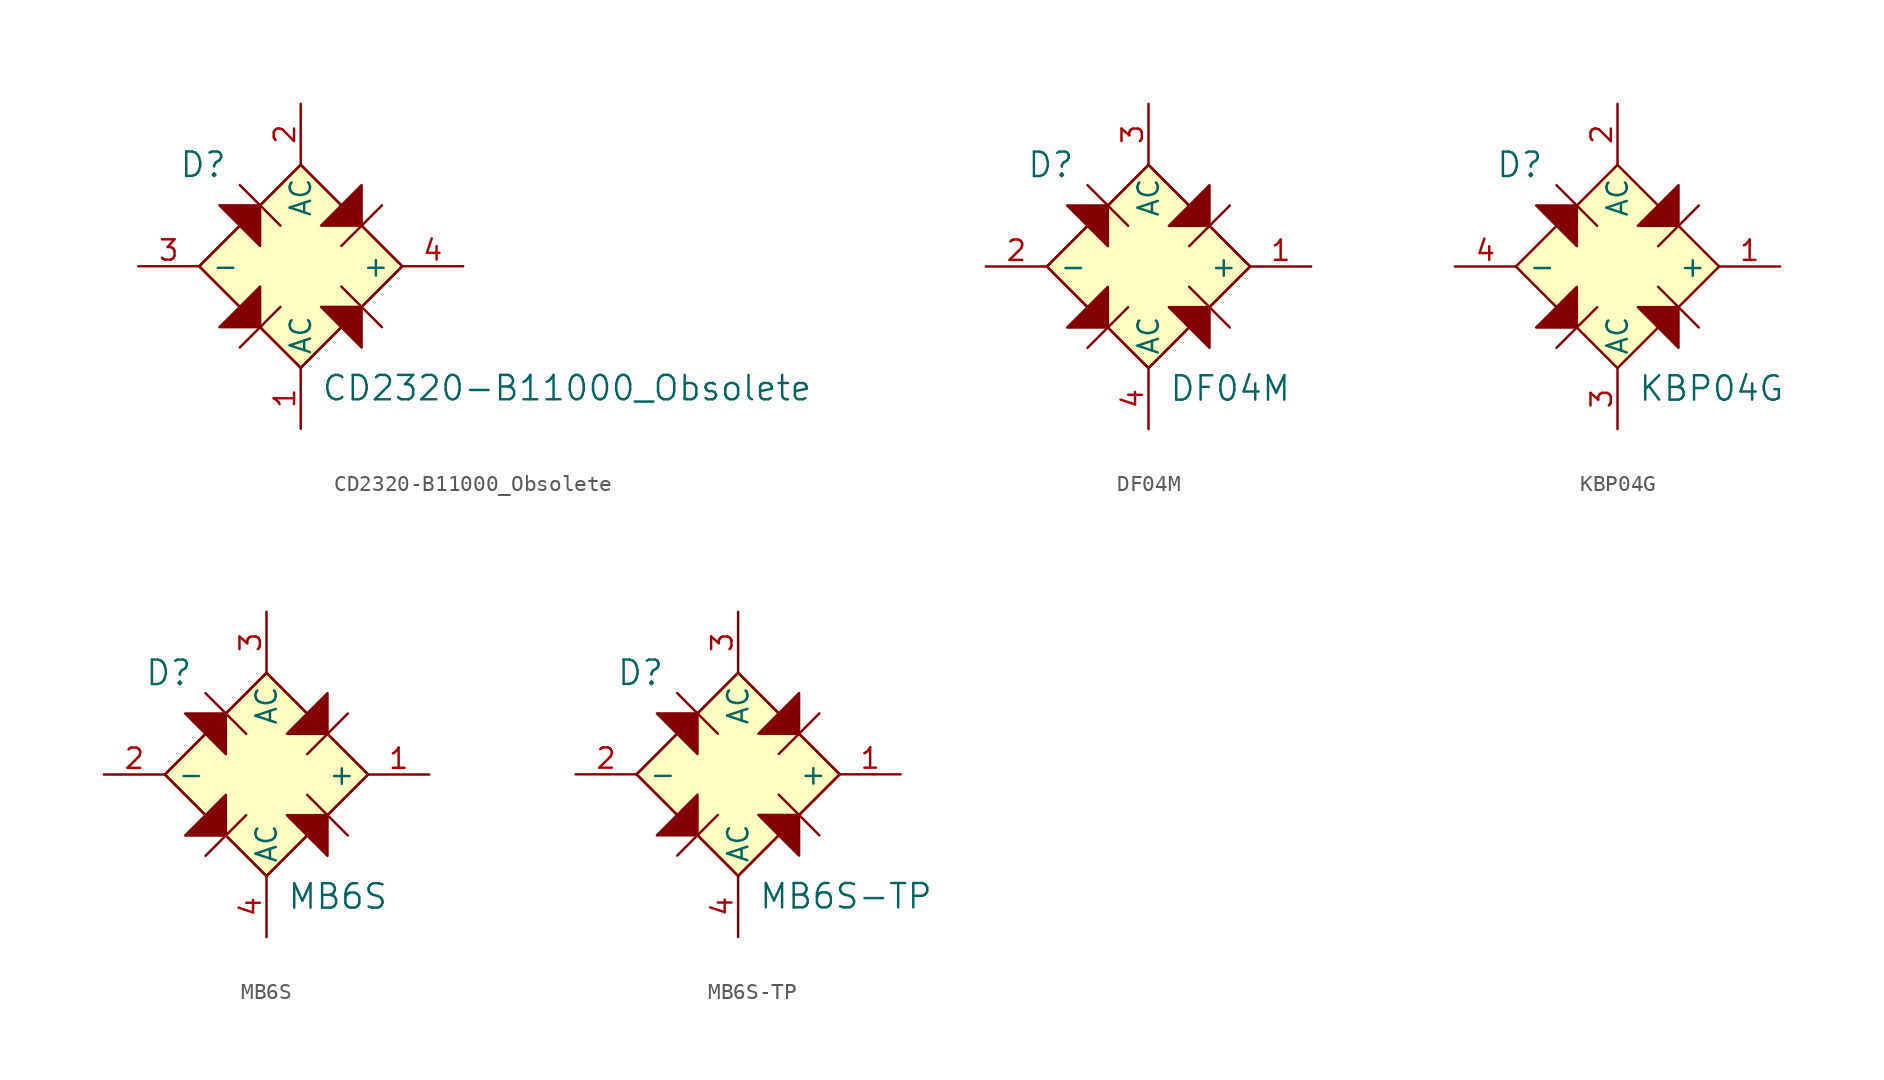
<source format=kicad_sym>
(kicad_symbol_lib
  (version 20220914)
  (generator kicad_symbol_editor)
  (symbol "CD2320-B11000_Obsolete"
    (pin_names
      (offset 0.762))
    (property "Reference" "D"
      (at -7.62 6.35 0)
      (effects (font (size 1.524 1.524)) (justify left)))
    (property "Value" "CD2320-B11000_Obsolete"
      (at 1.27 -7.62 0)
      (effects (font (size 1.524 1.524)) (justify left)))
    (symbol "CD2320-B11000_Obsolete_0_1"
      (polyline (pts (xy -3.81 5.08) (xy -1.27 2.54)) (stroke (width 0) (type solid)) (fill (type none)))
      (polyline (pts (xy -1.27 -2.54) (xy -3.81 -5.08)) (stroke (width 0) (type solid)) (fill (type none)))
      (polyline (pts (xy 2.54 -1.27) (xy 5.08 -3.81)) (stroke (width 0) (type solid)) (fill (type none)))
      (polyline (pts (xy 5.08 3.81) (xy 2.54 1.27)) (stroke (width 0) (type solid)) (fill (type none)))
      (polyline (pts (xy -3.81 2.54) (xy -6.35 0) (xy -3.81 -2.54)) (stroke (width 0) (type solid)) (fill (type none)))
      (polyline (pts (xy -2.54 3.81) (xy 0 6.35) (xy 2.54 3.81)) (stroke (width 0) (type solid)) (fill (type none)))
      (polyline (pts (xy 2.54 -3.81) (xy 0 -6.35) (xy -2.54 -3.81)) (stroke (width 0) (type solid)) (fill (type none)))
      (polyline (pts (xy 3.81 2.54) (xy 6.35 0) (xy 3.81 -2.54)) (stroke (width 0) (type solid)) (fill (type none)))
      (polyline (pts (xy -2.54 1.27) (xy -2.54 3.81) (xy -5.08 3.81) (xy -2.54 1.27)) (stroke (width 0) (type solid)) (fill (type outline)))
      (polyline (pts (xy 1.27 -2.54) (xy 3.81 -2.54) (xy 3.81 -5.08) (xy 1.27 -2.54)) (stroke (width 0) (type solid)) (fill (type outline)))
      (polyline (pts (xy 1.27 2.54) (xy 3.81 2.54) (xy 3.81 5.08) (xy 1.27 2.54)) (stroke (width 0) (type solid)) (fill (type outline)))
      (polyline (pts (xy -2.54 -3.81) (xy -2.54 -1.27) (xy -3.81 -2.54) (xy -5.08 -3.81) (xy -2.54 -3.81)) (stroke (width 0) (type solid)) (fill (type outline)))
      (polyline (pts (xy 6.35 0) (xy 0 -6.35) (xy -6.35 0) (xy 0 6.35) (xy 6.35 0)) (stroke (width 0) (type solid)) (fill (type background))))
    (symbol "CD2320-B11000_Obsolete_1_1"
      (pin power_in line (at 0 -10.16 90) (length 3.81) (name "AC" (effects (font (size 1.27 1.27)))) (number "1" (effects (font (size 1.27 1.27)))))
      (pin power_in line (at 0 10.16 270) (length 3.81) (name "AC" (effects (font (size 1.27 1.27)))) (number "2" (effects (font (size 1.27 1.27)))))
      (pin power_out line (at -10.16 0 0) (length 3.81) (name "-" (effects (font (size 1.27 1.27)))) (number "3" (effects (font (size 1.27 1.27)))))
      (pin power_out line (at 10.16 0 180) (length 3.81) (name "+" (effects (font (size 1.27 1.27)))) (number "4" (effects (font (size 1.27 1.27)))))))
  (symbol "DF04M"
    (pin_names
      (offset 0.762))
    (property "Reference" "D"
      (at -7.62 6.35 0)
      (effects (font (size 1.524 1.524)) (justify left)))
    (property "Value" "DF04M"
      (at 1.27 -7.62 0)
      (effects (font (size 1.524 1.524)) (justify left)))
    (symbol "DF04M_0_1"
      (polyline (pts (xy -3.81 5.08) (xy -1.27 2.54)) (stroke (width 0) (type solid)) (fill (type none)))
      (polyline (pts (xy -1.27 -2.54) (xy -3.81 -5.08)) (stroke (width 0) (type solid)) (fill (type none)))
      (polyline (pts (xy 2.54 -1.27) (xy 5.08 -3.81)) (stroke (width 0) (type solid)) (fill (type none)))
      (polyline (pts (xy 5.08 3.81) (xy 2.54 1.27)) (stroke (width 0) (type solid)) (fill (type none)))
      (polyline (pts (xy -3.81 2.54) (xy -6.35 0) (xy -3.81 -2.54)) (stroke (width 0) (type solid)) (fill (type none)))
      (polyline (pts (xy -2.54 3.81) (xy 0 6.35) (xy 2.54 3.81)) (stroke (width 0) (type solid)) (fill (type none)))
      (polyline (pts (xy 2.54 -3.81) (xy 0 -6.35) (xy -2.54 -3.81)) (stroke (width 0) (type solid)) (fill (type none)))
      (polyline (pts (xy 3.81 2.54) (xy 6.35 0) (xy 3.81 -2.54)) (stroke (width 0) (type solid)) (fill (type none)))
      (polyline (pts (xy -2.54 1.27) (xy -2.54 3.81) (xy -5.08 3.81) (xy -2.54 1.27)) (stroke (width 0) (type solid)) (fill (type outline)))
      (polyline (pts (xy 1.27 -2.54) (xy 3.81 -2.54) (xy 3.81 -5.08) (xy 1.27 -2.54)) (stroke (width 0) (type solid)) (fill (type outline)))
      (polyline (pts (xy 1.27 2.54) (xy 3.81 2.54) (xy 3.81 5.08) (xy 1.27 2.54)) (stroke (width 0) (type solid)) (fill (type outline)))
      (polyline (pts (xy -2.54 -3.81) (xy -2.54 -1.27) (xy -3.81 -2.54) (xy -5.08 -3.81) (xy -2.54 -3.81)) (stroke (width 0) (type solid)) (fill (type outline)))
      (polyline (pts (xy 0 6.35) (xy 6.35 0) (xy 0 -6.35) (xy -6.35 0) (xy 0 6.35)) (stroke (width 0) (type solid)) (fill (type background))))
    (symbol "DF04M_1_1"
      (pin power_out line (at 10.16 0 180) (length 3.81) (name "+" (effects (font (size 1.27 1.27)))) (number "1" (effects (font (size 1.27 1.27)))))
      (pin power_out line (at -10.16 0 0) (length 3.81) (name "-" (effects (font (size 1.27 1.27)))) (number "2" (effects (font (size 1.27 1.27)))))
      (pin power_in line (at 0 10.16 270) (length 3.81) (name "AC" (effects (font (size 1.27 1.27)))) (number "3" (effects (font (size 1.27 1.27)))))
      (pin power_in line (at 0 -10.16 90) (length 3.81) (name "AC" (effects (font (size 1.27 1.27)))) (number "4" (effects (font (size 1.27 1.27)))))))
  (symbol "KBP04G"
    (pin_names
      (offset 0.762))
    (property "Reference" "D"
      (at -7.62 6.35 0)
      (effects (font (size 1.524 1.524)) (justify left)))
    (property "Value" "KBP04G"
      (at 1.27 -7.62 0)
      (effects (font (size 1.524 1.524)) (justify left)))
    (symbol "KBP04G_0_1"
      (polyline (pts (xy -3.81 5.08) (xy -1.27 2.54)) (stroke (width 0) (type solid)) (fill (type none)))
      (polyline (pts (xy -1.27 -2.54) (xy -3.81 -5.08)) (stroke (width 0) (type solid)) (fill (type none)))
      (polyline (pts (xy 2.54 -1.27) (xy 5.08 -3.81)) (stroke (width 0) (type solid)) (fill (type none)))
      (polyline (pts (xy 5.08 3.81) (xy 2.54 1.27)) (stroke (width 0) (type solid)) (fill (type none)))
      (polyline (pts (xy -5.08 -3.81) (xy -2.54 -1.27) (xy -2.54 -3.81) (xy -5.08 -3.81)) (stroke (width 0) (type solid)) (fill (type outline)))
      (polyline (pts (xy -5.08 3.81) (xy -2.54 1.27) (xy -2.54 3.81) (xy -5.08 3.81)) (stroke (width 0) (type solid)) (fill (type outline)))
      (polyline (pts (xy 1.27 -2.54) (xy 3.81 -5.08) (xy 3.81 -2.54) (xy 1.27 -2.54)) (stroke (width 0) (type solid)) (fill (type outline)))
      (polyline (pts (xy 1.27 2.54) (xy 3.81 5.08) (xy 3.81 2.54) (xy 1.27 2.54)) (stroke (width 0) (type solid)) (fill (type outline)))
      (polyline (pts (xy 0 -6.35) (xy -6.35 0) (xy 0 6.35) (xy 6.35 0) (xy 0 -6.35)) (stroke (width 0) (type solid)) (fill (type background))))
    (symbol "KBP04G_1_1"
      (pin power_out line (at 10.16 0 180) (length 3.81) (name "+" (effects (font (size 1.27 1.27)))) (number "1" (effects (font (size 1.27 1.27)))))
      (pin power_in line (at 0 10.16 270) (length 3.81) (name "AC" (effects (font (size 1.27 1.27)))) (number "2" (effects (font (size 1.27 1.27)))))
      (pin power_in line (at 0 -10.16 90) (length 3.81) (name "AC" (effects (font (size 1.27 1.27)))) (number "3" (effects (font (size 1.27 1.27)))))
      (pin power_out line (at -10.16 0 0) (length 3.81) (name "-" (effects (font (size 1.27 1.27)))) (number "4" (effects (font (size 1.27 1.27)))))))
  (symbol "MB6S"
    (pin_names
      (offset 0.762))
    (property "Reference" "D"
      (at -7.62 6.35 0)
      (effects (font (size 1.524 1.524)) (justify left)))
    (property "Value" "MB6S"
      (at 1.27 -7.62 0)
      (effects (font (size 1.524 1.524)) (justify left)))
    (symbol "MB6S_0_1"
      (polyline (pts (xy -3.81 5.08) (xy -1.27 2.54)) (stroke (width 0) (type solid)) (fill (type none)))
      (polyline (pts (xy -1.27 -2.54) (xy -3.81 -5.08)) (stroke (width 0) (type solid)) (fill (type none)))
      (polyline (pts (xy 2.54 -1.27) (xy 5.08 -3.81)) (stroke (width 0) (type solid)) (fill (type none)))
      (polyline (pts (xy 5.08 3.81) (xy 2.54 1.27)) (stroke (width 0) (type solid)) (fill (type none)))
      (polyline (pts (xy -3.81 2.54) (xy -6.35 0) (xy -3.81 -2.54)) (stroke (width 0) (type solid)) (fill (type none)))
      (polyline (pts (xy -2.54 3.81) (xy 0 6.35) (xy 2.54 3.81)) (stroke (width 0) (type solid)) (fill (type none)))
      (polyline (pts (xy 2.54 -3.81) (xy 0 -6.35) (xy -2.54 -3.81)) (stroke (width 0) (type solid)) (fill (type none)))
      (polyline (pts (xy 3.81 2.54) (xy 6.35 0) (xy 3.81 -2.54)) (stroke (width 0) (type solid)) (fill (type none)))
      (polyline (pts (xy -2.54 1.27) (xy -2.54 3.81) (xy -5.08 3.81) (xy -2.54 1.27)) (stroke (width 0) (type solid)) (fill (type outline)))
      (polyline (pts (xy 1.27 -2.54) (xy 3.81 -2.54) (xy 3.81 -5.08) (xy 1.27 -2.54)) (stroke (width 0) (type solid)) (fill (type outline)))
      (polyline (pts (xy 1.27 2.54) (xy 3.81 2.54) (xy 3.81 5.08) (xy 1.27 2.54)) (stroke (width 0) (type solid)) (fill (type outline)))
      (polyline (pts (xy -2.54 -3.81) (xy -2.54 -1.27) (xy -3.81 -2.54) (xy -5.08 -3.81) (xy -2.54 -3.81)) (stroke (width 0) (type solid)) (fill (type outline)))
      (polyline (pts (xy 0 6.35) (xy -6.35 0) (xy 0 -6.35) (xy 6.35 0) (xy 0 6.35)) (stroke (width 0) (type solid)) (fill (type background))))
    (symbol "MB6S_1_1"
      (pin power_out line (at 10.16 0 180) (length 3.81) (name "+" (effects (font (size 1.27 1.27)))) (number "1" (effects (font (size 1.27 1.27)))))
      (pin power_out line (at -10.16 0 0) (length 3.81) (name "-" (effects (font (size 1.27 1.27)))) (number "2" (effects (font (size 1.27 1.27)))))
      (pin power_in line (at 0 10.16 270) (length 3.81) (name "AC" (effects (font (size 1.27 1.27)))) (number "3" (effects (font (size 1.27 1.27)))))
      (pin power_in line (at 0 -10.16 90) (length 3.81) (name "AC" (effects (font (size 1.27 1.27)))) (number "4" (effects (font (size 1.27 1.27)))))))
  (symbol "MB6S-TP"
    (pin_names
      (offset 0.762))
    (property "Reference" "D"
      (at -7.62 6.35 0)
      (effects (font (size 1.524 1.524)) (justify left)))
    (property "Value" "MB6S-TP"
      (at 1.27 -7.62 0)
      (effects (font (size 1.524 1.524)) (justify left)))
    (symbol "MB6S-TP_0_1"
      (polyline (pts (xy -3.81 5.08) (xy -1.27 2.54)) (stroke (width 0) (type solid)) (fill (type none)))
      (polyline (pts (xy -1.27 -2.54) (xy -3.81 -5.08)) (stroke (width 0) (type solid)) (fill (type none)))
      (polyline (pts (xy 2.54 -1.27) (xy 5.08 -3.81)) (stroke (width 0) (type solid)) (fill (type none)))
      (polyline (pts (xy 5.08 3.81) (xy 2.54 1.27)) (stroke (width 0) (type solid)) (fill (type none)))
      (polyline (pts (xy -3.81 2.54) (xy -6.35 0) (xy -3.81 -2.54)) (stroke (width 0) (type solid)) (fill (type none)))
      (polyline (pts (xy -2.54 3.81) (xy 0 6.35) (xy 2.54 3.81)) (stroke (width 0) (type solid)) (fill (type none)))
      (polyline (pts (xy 2.54 -3.81) (xy 0 -6.35) (xy -2.54 -3.81)) (stroke (width 0) (type solid)) (fill (type none)))
      (polyline (pts (xy 3.81 2.54) (xy 6.35 0) (xy 3.81 -2.54)) (stroke (width 0) (type solid)) (fill (type none)))
      (polyline (pts (xy -2.54 1.27) (xy -2.54 3.81) (xy -5.08 3.81) (xy -2.54 1.27)) (stroke (width 0) (type solid)) (fill (type outline)))
      (polyline (pts (xy 1.27 -2.54) (xy 3.81 -2.54) (xy 3.81 -5.08) (xy 1.27 -2.54)) (stroke (width 0) (type solid)) (fill (type outline)))
      (polyline (pts (xy 1.27 2.54) (xy 3.81 2.54) (xy 3.81 5.08) (xy 1.27 2.54)) (stroke (width 0) (type solid)) (fill (type outline)))
      (polyline (pts (xy -6.35 0) (xy 0 -6.35) (xy 6.35 0) (xy 0 6.35) (xy -6.35 0)) (stroke (width 0) (type solid)) (fill (type background)))
      (polyline (pts (xy -2.54 -3.81) (xy -2.54 -1.27) (xy -3.81 -2.54) (xy -5.08 -3.81) (xy -2.54 -3.81)) (stroke (width 0) (type solid)) (fill (type outline))))
    (symbol "MB6S-TP_1_1"
      (pin power_out line (at 10.16 0 180) (length 3.81) (name "+" (effects (font (size 1.27 1.27)))) (number "1" (effects (font (size 1.27 1.27)))))
      (pin power_out line (at -10.16 0 0) (length 3.81) (name "-" (effects (font (size 1.27 1.27)))) (number "2" (effects (font (size 1.27 1.27)))))
      (pin power_in line (at 0 10.16 270) (length 3.81) (name "AC" (effects (font (size 1.27 1.27)))) (number "3" (effects (font (size 1.27 1.27)))))
      (pin power_in line (at 0 -10.16 90) (length 3.81) (name "AC" (effects (font (size 1.27 1.27)))) (number "4" (effects (font (size 1.27 1.27))))))))
</source>
